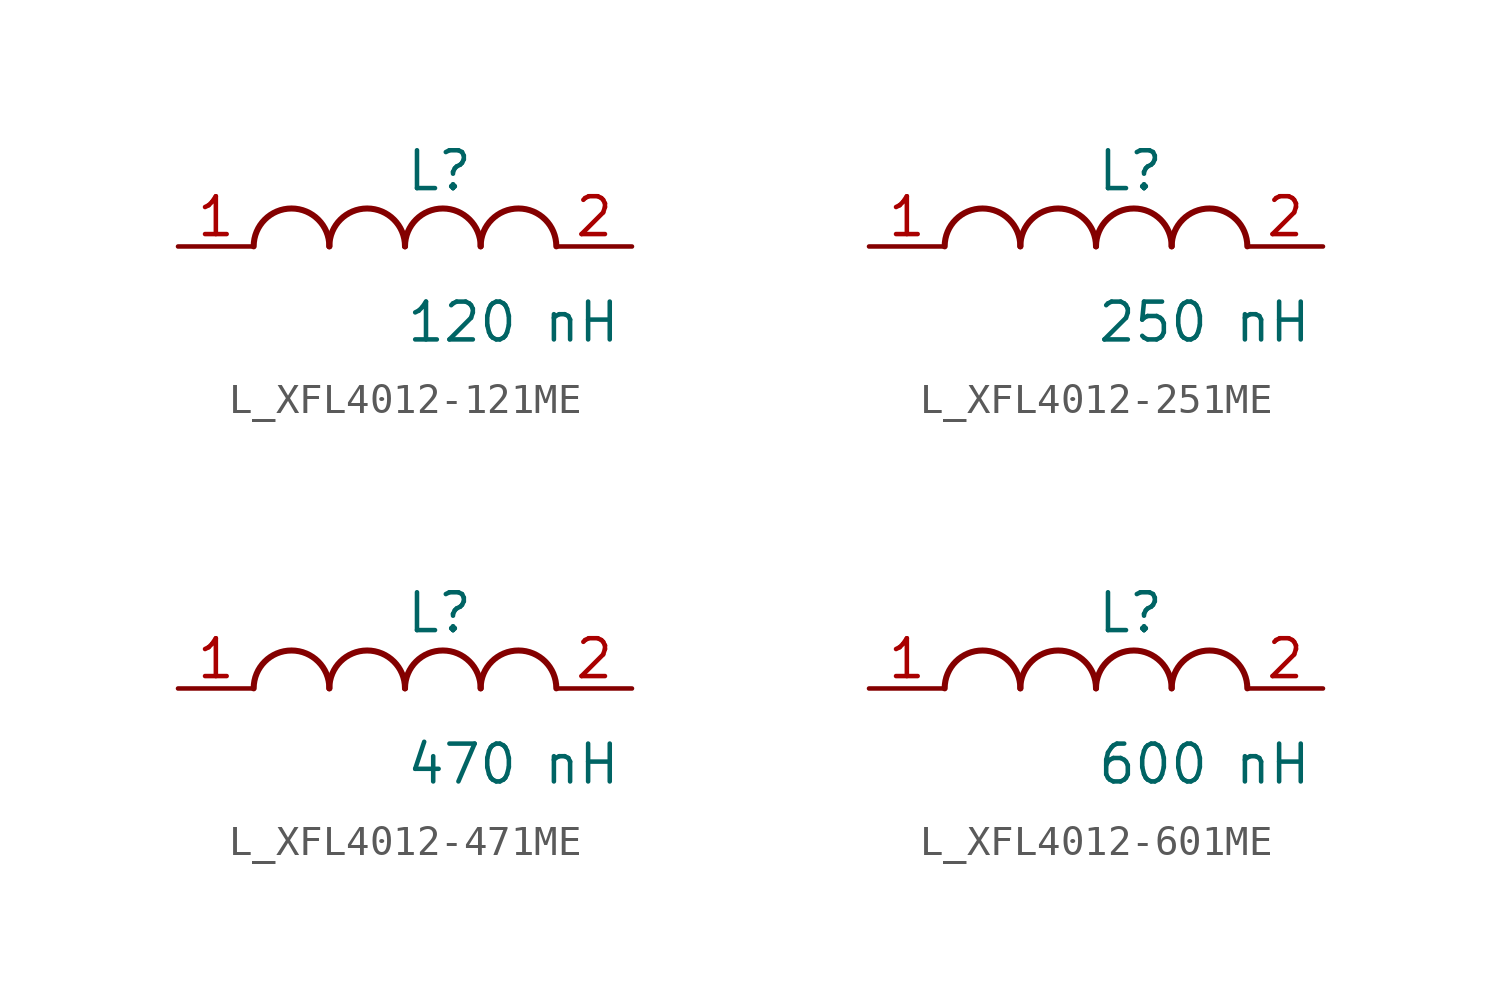
<source format=kicad_sym>
(kicad_symbol_lib
  (version 20231120)
  (generator kicad_symbol_editor)
  (generator_version 8.0)
  (symbol "L_XFL4012-121ME"
    (pin_names
      (offset 0.254))
    (property "Reference" "L"
      (at 0 2.54 0)
      (effects (font (size 1.27 1.27)) (justify left)))
    (property "Value" "120 nH"
      (at 0 -2.54 0)
      (effects (font (size 1.27 1.27)) (justify left)))
    (symbol "L_XFL4012-121ME_1_1"
      (arc (start -2.54 0.0056) (mid -3.81 1.27) (end -5.08 0.0056) (stroke (width 0.2032) (type default)) (fill (type none)))
      (arc (start 0 0.0056) (mid -1.27 1.27) (end -2.54 0.0056) (stroke (width 0.2032) (type default)) (fill (type none)))
      (arc (start 2.54 0.0056) (mid 1.27 1.27) (end 0 0.0056) (stroke (width 0.2032) (type default)) (fill (type none)))
      (arc (start 5.08 0.0056) (mid 3.81 1.27) (end 2.54 0.0056) (stroke (width 0.2032) (type default)) (fill (type none)))
      (pin unspecified line (at -7.62 0 0) (length 2.54) (name "" (effects (font (size 1.27 1.27)))) (number "1" (effects (font (size 1.27 1.27)))))
      (pin unspecified line (at 7.62 0 180) (length 2.54) (name "" (effects (font (size 1.27 1.27)))) (number "2" (effects (font (size 1.27 1.27)))))))
  (symbol "L_XFL4012-251ME"
    (pin_names
      (offset 0.254))
    (property "Reference" "L"
      (at 0 2.54 0)
      (effects (font (size 1.27 1.27)) (justify left)))
    (property "Value" "250 nH"
      (at 0 -2.54 0)
      (effects (font (size 1.27 1.27)) (justify left)))
    (symbol "L_XFL4012-251ME_1_1"
      (arc (start -2.54 0.0056) (mid -3.81 1.27) (end -5.08 0.0056) (stroke (width 0.2032) (type default)) (fill (type none)))
      (arc (start 0 0.0056) (mid -1.27 1.27) (end -2.54 0.0056) (stroke (width 0.2032) (type default)) (fill (type none)))
      (arc (start 2.54 0.0056) (mid 1.27 1.27) (end 0 0.0056) (stroke (width 0.2032) (type default)) (fill (type none)))
      (arc (start 5.08 0.0056) (mid 3.81 1.27) (end 2.54 0.0056) (stroke (width 0.2032) (type default)) (fill (type none)))
      (pin unspecified line (at -7.62 0 0) (length 2.54) (name "" (effects (font (size 1.27 1.27)))) (number "1" (effects (font (size 1.27 1.27)))))
      (pin unspecified line (at 7.62 0 180) (length 2.54) (name "" (effects (font (size 1.27 1.27)))) (number "2" (effects (font (size 1.27 1.27)))))))
  (symbol "L_XFL4012-471ME"
    (pin_names
      (offset 0.254))
    (property "Reference" "L"
      (at 0 2.54 0)
      (effects (font (size 1.27 1.27)) (justify left)))
    (property "Value" "470 nH"
      (at 0 -2.54 0)
      (effects (font (size 1.27 1.27)) (justify left)))
    (symbol "L_XFL4012-471ME_1_1"
      (arc (start -2.54 0.0056) (mid -3.81 1.27) (end -5.08 0.0056) (stroke (width 0.2032) (type default)) (fill (type none)))
      (arc (start 0 0.0056) (mid -1.27 1.27) (end -2.54 0.0056) (stroke (width 0.2032) (type default)) (fill (type none)))
      (arc (start 2.54 0.0056) (mid 1.27 1.27) (end 0 0.0056) (stroke (width 0.2032) (type default)) (fill (type none)))
      (arc (start 5.08 0.0056) (mid 3.81 1.27) (end 2.54 0.0056) (stroke (width 0.2032) (type default)) (fill (type none)))
      (pin unspecified line (at -7.62 0 0) (length 2.54) (name "" (effects (font (size 1.27 1.27)))) (number "1" (effects (font (size 1.27 1.27)))))
      (pin unspecified line (at 7.62 0 180) (length 2.54) (name "" (effects (font (size 1.27 1.27)))) (number "2" (effects (font (size 1.27 1.27)))))))
  (symbol "L_XFL4012-601ME"
    (pin_names
      (offset 0.254))
    (property "Reference" "L"
      (at 0 2.54 0)
      (effects (font (size 1.27 1.27)) (justify left)))
    (property "Value" "600 nH"
      (at 0 -2.54 0)
      (effects (font (size 1.27 1.27)) (justify left)))
    (symbol "L_XFL4012-601ME_1_1"
      (arc (start -2.54 0.0056) (mid -3.81 1.27) (end -5.08 0.0056) (stroke (width 0.2032) (type default)) (fill (type none)))
      (arc (start 0 0.0056) (mid -1.27 1.27) (end -2.54 0.0056) (stroke (width 0.2032) (type default)) (fill (type none)))
      (arc (start 2.54 0.0056) (mid 1.27 1.27) (end 0 0.0056) (stroke (width 0.2032) (type default)) (fill (type none)))
      (arc (start 5.08 0.0056) (mid 3.81 1.27) (end 2.54 0.0056) (stroke (width 0.2032) (type default)) (fill (type none)))
      (pin unspecified line (at -7.62 0 0) (length 2.54) (name "" (effects (font (size 1.27 1.27)))) (number "1" (effects (font (size 1.27 1.27)))))
      (pin unspecified line (at 7.62 0 180) (length 2.54) (name "" (effects (font (size 1.27 1.27)))) (number "2" (effects (font (size 1.27 1.27))))))))
</source>
